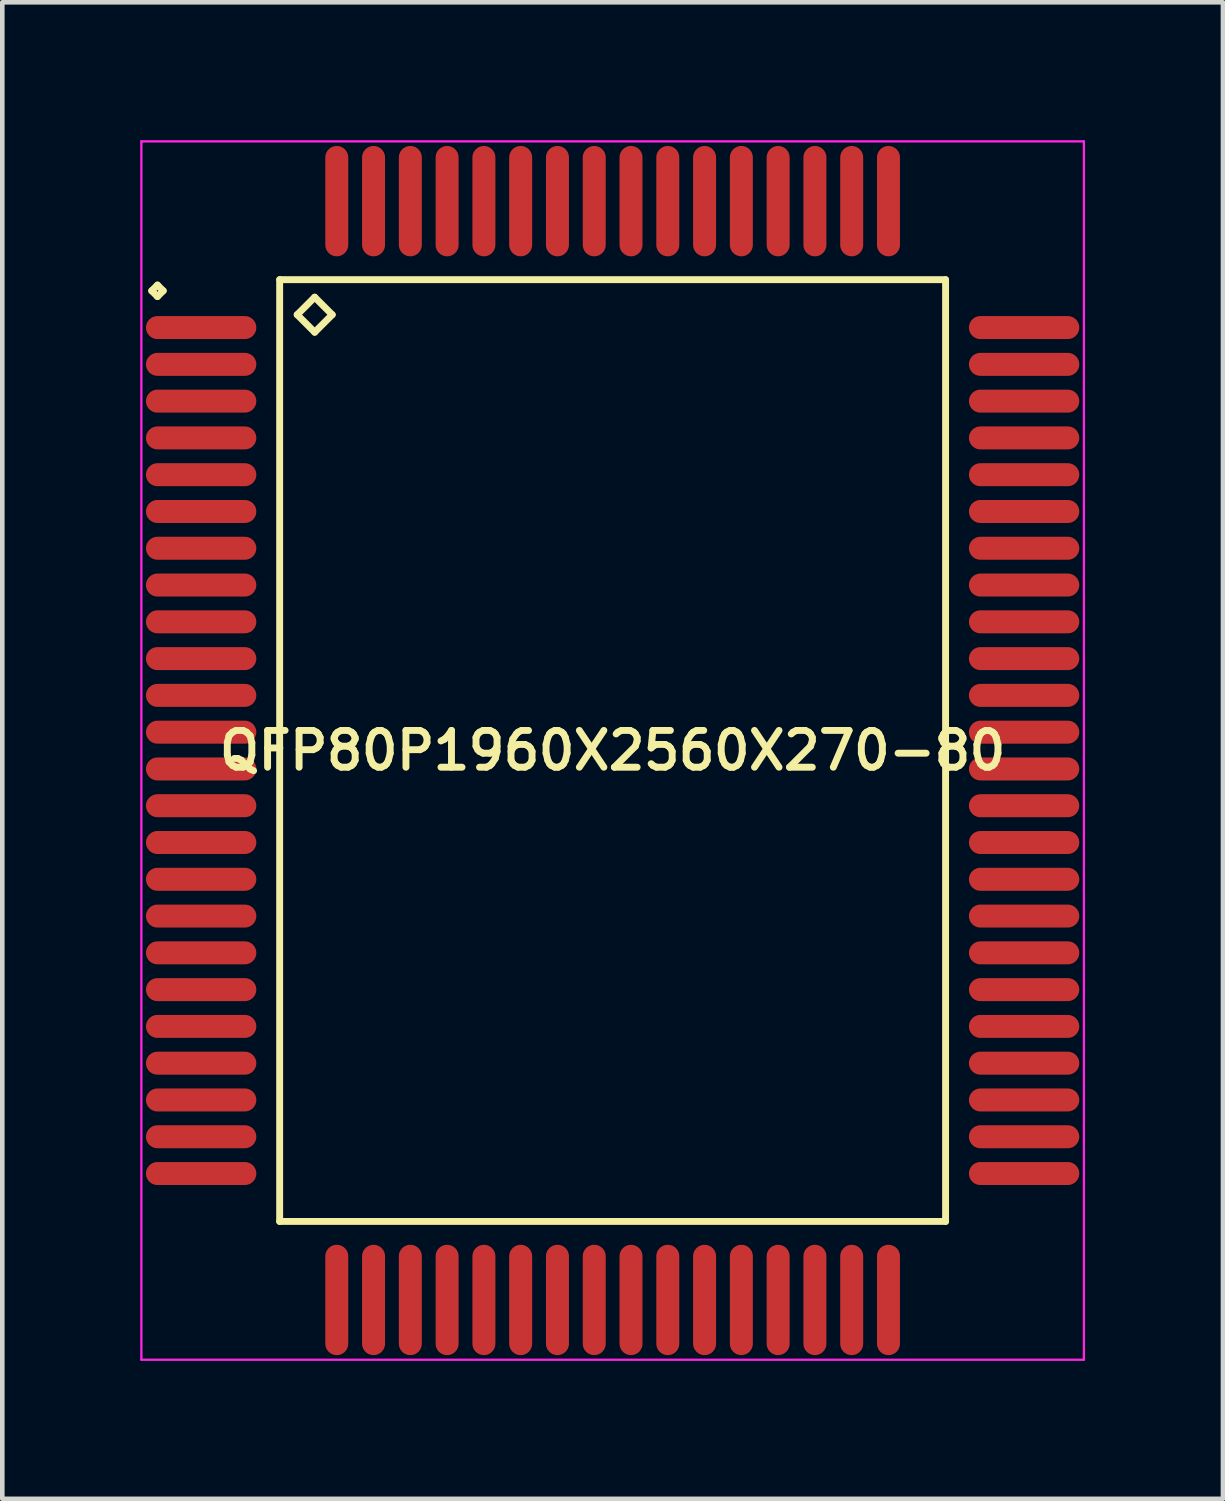
<source format=kicad_pcb>
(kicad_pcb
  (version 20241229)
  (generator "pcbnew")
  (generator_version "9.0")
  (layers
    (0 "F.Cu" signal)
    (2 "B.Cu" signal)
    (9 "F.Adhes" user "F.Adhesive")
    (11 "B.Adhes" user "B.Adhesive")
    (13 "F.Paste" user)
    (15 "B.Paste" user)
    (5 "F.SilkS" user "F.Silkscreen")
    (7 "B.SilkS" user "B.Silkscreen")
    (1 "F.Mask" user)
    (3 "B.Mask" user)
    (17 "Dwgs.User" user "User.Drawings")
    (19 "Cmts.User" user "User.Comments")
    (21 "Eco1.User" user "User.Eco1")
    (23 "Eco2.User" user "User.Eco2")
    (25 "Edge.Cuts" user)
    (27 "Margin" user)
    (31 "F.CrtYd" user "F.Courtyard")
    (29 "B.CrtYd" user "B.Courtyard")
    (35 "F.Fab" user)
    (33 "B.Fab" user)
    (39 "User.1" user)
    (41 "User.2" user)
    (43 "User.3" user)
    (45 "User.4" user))
  (footprint "QFP80P1960X2560X270-80"
    (layer "F.Cu")
    (at 10.275 13.275)
    (property "Reference" "QFP80P1960X2560X270-80" (at 0 0 0) (layer "F.SilkS") (effects (font (size 0.8 0.8) (thickness 0.15))))
    (attr smd)
    (fp_line (start -10.025 -10) (end -9.9 -10.125) (stroke (width 0.15) (type solid)) (layer "F.SilkS"))
    (fp_line (start -9.9 -10.125) (end -9.775 -10) (stroke (width 0.15) (type solid)) (layer "F.SilkS"))
    (fp_line (start -9.9 -9.875) (end -10.025 -10) (stroke (width 0.15) (type solid)) (layer "F.SilkS"))
    (fp_line (start -9.775 -10) (end -9.9 -9.875) (stroke (width 0.15) (type solid)) (layer "F.SilkS"))
    (fp_line (start -7.242 -10.242) (end -7.242 10.242) (stroke (width 0.15) (type solid)) (layer "F.SilkS"))
    (fp_line (start -7.242 10.242) (end 7.242 10.242) (stroke (width 0.15) (type solid)) (layer "F.SilkS"))
    (fp_line (start -6.861 -9.48) (end -6.48 -9.861) (stroke (width 0.15) (type solid)) (layer "F.SilkS"))
    (fp_line (start -6.48 -9.861) (end -6.099 -9.48) (stroke (width 0.15) (type solid)) (layer "F.SilkS"))
    (fp_line (start -6.48 -9.099) (end -6.861 -9.48) (stroke (width 0.15) (type solid)) (layer "F.SilkS"))
    (fp_line (start -6.099 -9.48) (end -6.48 -9.099) (stroke (width 0.15) (type solid)) (layer "F.SilkS"))
    (fp_line (start 7.242 -10.242) (end -7.242 -10.242) (stroke (width 0.15) (type solid)) (layer "F.SilkS"))
    (fp_line (start 7.242 10.242) (end 7.242 -10.242) (stroke (width 0.15) (type solid)) (layer "F.SilkS"))
    (fp_line (start -10.25 -13.25) (end 10.25 -13.25) (stroke (width 0.05) (type solid)) (layer "F.CrtYd"))
    (fp_line (start -10.25 13.25) (end -10.25 -13.25) (stroke (width 0.05) (type solid)) (layer "F.CrtYd"))
    (fp_line (start 10.25 -13.25) (end 10.25 13.25) (stroke (width 0.05) (type solid)) (layer "F.CrtYd"))
    (fp_line (start 10.25 13.25) (end -10.25 13.25) (stroke (width 0.05) (type solid)) (layer "F.CrtYd"))
    (pad "1" smd oval (at -8.95 -9.2) (size 2.4 0.5) (layers "F.Cu" "F.Mask" "F.Paste"))
    (pad "2" smd oval (at -8.95 -8.4) (size 2.4 0.5) (layers "F.Cu" "F.Mask" "F.Paste"))
    (pad "3" smd oval (at -8.95 -7.6) (size 2.4 0.5) (layers "F.Cu" "F.Mask" "F.Paste"))
    (pad "4" smd oval (at -8.95 -6.8) (size 2.4 0.5) (layers "F.Cu" "F.Mask" "F.Paste"))
    (pad "5" smd oval (at -8.95 -6) (size 2.4 0.5) (layers "F.Cu" "F.Mask" "F.Paste"))
    (pad "6" smd oval (at -8.95 -5.2) (size 2.4 0.5) (layers "F.Cu" "F.Mask" "F.Paste"))
    (pad "7" smd oval (at -8.95 -4.4) (size 2.4 0.5) (layers "F.Cu" "F.Mask" "F.Paste"))
    (pad "8" smd oval (at -8.95 -3.6) (size 2.4 0.5) (layers "F.Cu" "F.Mask" "F.Paste"))
    (pad "9" smd oval (at -8.95 -2.8) (size 2.4 0.5) (layers "F.Cu" "F.Mask" "F.Paste"))
    (pad "10" smd oval (at -8.95 -2) (size 2.4 0.5) (layers "F.Cu" "F.Mask" "F.Paste"))
    (pad "11" smd oval (at -8.95 -1.2) (size 2.4 0.5) (layers "F.Cu" "F.Mask" "F.Paste"))
    (pad "12" smd oval (at -8.95 -0.4) (size 2.4 0.5) (layers "F.Cu" "F.Mask" "F.Paste"))
    (pad "13" smd oval (at -8.95 0.4) (size 2.4 0.5) (layers "F.Cu" "F.Mask" "F.Paste"))
    (pad "14" smd oval (at -8.95 1.2) (size 2.4 0.5) (layers "F.Cu" "F.Mask" "F.Paste"))
    (pad "15" smd oval (at -8.95 2) (size 2.4 0.5) (layers "F.Cu" "F.Mask" "F.Paste"))
    (pad "16" smd oval (at -8.95 2.8) (size 2.4 0.5) (layers "F.Cu" "F.Mask" "F.Paste"))
    (pad "17" smd oval (at -8.95 3.6) (size 2.4 0.5) (layers "F.Cu" "F.Mask" "F.Paste"))
    (pad "18" smd oval (at -8.95 4.4) (size 2.4 0.5) (layers "F.Cu" "F.Mask" "F.Paste"))
    (pad "19" smd oval (at -8.95 5.2) (size 2.4 0.5) (layers "F.Cu" "F.Mask" "F.Paste"))
    (pad "20" smd oval (at -8.95 6) (size 2.4 0.5) (layers "F.Cu" "F.Mask" "F.Paste"))
    (pad "21" smd oval (at -8.95 6.8) (size 2.4 0.5) (layers "F.Cu" "F.Mask" "F.Paste"))
    (pad "22" smd oval (at -8.95 7.6) (size 2.4 0.5) (layers "F.Cu" "F.Mask" "F.Paste"))
    (pad "23" smd oval (at -8.95 8.4) (size 2.4 0.5) (layers "F.Cu" "F.Mask" "F.Paste"))
    (pad "24" smd oval (at -8.95 9.2) (size 2.4 0.5) (layers "F.Cu" "F.Mask" "F.Paste"))
    (pad "25" smd oval (at -6 11.95) (size 0.5 2.4) (layers "F.Cu" "F.Mask" "F.Paste"))
    (pad "26" smd oval (at -5.2 11.95) (size 0.5 2.4) (layers "F.Cu" "F.Mask" "F.Paste"))
    (pad "27" smd oval (at -4.4 11.95) (size 0.5 2.4) (layers "F.Cu" "F.Mask" "F.Paste"))
    (pad "28" smd oval (at -3.6 11.95) (size 0.5 2.4) (layers "F.Cu" "F.Mask" "F.Paste"))
    (pad "29" smd oval (at -2.8 11.95) (size 0.5 2.4) (layers "F.Cu" "F.Mask" "F.Paste"))
    (pad "30" smd oval (at -2 11.95) (size 0.5 2.4) (layers "F.Cu" "F.Mask" "F.Paste"))
    (pad "31" smd oval (at -1.2 11.95) (size 0.5 2.4) (layers "F.Cu" "F.Mask" "F.Paste"))
    (pad "32" smd oval (at -0.4 11.95) (size 0.5 2.4) (layers "F.Cu" "F.Mask" "F.Paste"))
    (pad "33" smd oval (at 0.4 11.95) (size 0.5 2.4) (layers "F.Cu" "F.Mask" "F.Paste"))
    (pad "34" smd oval (at 1.2 11.95) (size 0.5 2.4) (layers "F.Cu" "F.Mask" "F.Paste"))
    (pad "35" smd oval (at 2 11.95) (size 0.5 2.4) (layers "F.Cu" "F.Mask" "F.Paste"))
    (pad "36" smd oval (at 2.8 11.95) (size 0.5 2.4) (layers "F.Cu" "F.Mask" "F.Paste"))
    (pad "37" smd oval (at 3.6 11.95) (size 0.5 2.4) (layers "F.Cu" "F.Mask" "F.Paste"))
    (pad "38" smd oval (at 4.4 11.95) (size 0.5 2.4) (layers "F.Cu" "F.Mask" "F.Paste"))
    (pad "39" smd oval (at 5.2 11.95) (size 0.5 2.4) (layers "F.Cu" "F.Mask" "F.Paste"))
    (pad "40" smd oval (at 6 11.95) (size 0.5 2.4) (layers "F.Cu" "F.Mask" "F.Paste"))
    (pad "41" smd oval (at 8.95 9.2) (size 2.4 0.5) (layers "F.Cu" "F.Mask" "F.Paste"))
    (pad "42" smd oval (at 8.95 8.4) (size 2.4 0.5) (layers "F.Cu" "F.Mask" "F.Paste"))
    (pad "43" smd oval (at 8.95 7.6) (size 2.4 0.5) (layers "F.Cu" "F.Mask" "F.Paste"))
    (pad "44" smd oval (at 8.95 6.8) (size 2.4 0.5) (layers "F.Cu" "F.Mask" "F.Paste"))
    (pad "45" smd oval (at 8.95 6) (size 2.4 0.5) (layers "F.Cu" "F.Mask" "F.Paste"))
    (pad "46" smd oval (at 8.95 5.2) (size 2.4 0.5) (layers "F.Cu" "F.Mask" "F.Paste"))
    (pad "47" smd oval (at 8.95 4.4) (size 2.4 0.5) (layers "F.Cu" "F.Mask" "F.Paste"))
    (pad "48" smd oval (at 8.95 3.6) (size 2.4 0.5) (layers "F.Cu" "F.Mask" "F.Paste"))
    (pad "49" smd oval (at 8.95 2.8) (size 2.4 0.5) (layers "F.Cu" "F.Mask" "F.Paste"))
    (pad "50" smd oval (at 8.95 2) (size 2.4 0.5) (layers "F.Cu" "F.Mask" "F.Paste"))
    (pad "51" smd oval (at 8.95 1.2) (size 2.4 0.5) (layers "F.Cu" "F.Mask" "F.Paste"))
    (pad "52" smd oval (at 8.95 0.4) (size 2.4 0.5) (layers "F.Cu" "F.Mask" "F.Paste"))
    (pad "53" smd oval (at 8.95 -0.4) (size 2.4 0.5) (layers "F.Cu" "F.Mask" "F.Paste"))
    (pad "54" smd oval (at 8.95 -1.2) (size 2.4 0.5) (layers "F.Cu" "F.Mask" "F.Paste"))
    (pad "55" smd oval (at 8.95 -2) (size 2.4 0.5) (layers "F.Cu" "F.Mask" "F.Paste"))
    (pad "56" smd oval (at 8.95 -2.8) (size 2.4 0.5) (layers "F.Cu" "F.Mask" "F.Paste"))
    (pad "57" smd oval (at 8.95 -3.6) (size 2.4 0.5) (layers "F.Cu" "F.Mask" "F.Paste"))
    (pad "58" smd oval (at 8.95 -4.4) (size 2.4 0.5) (layers "F.Cu" "F.Mask" "F.Paste"))
    (pad "59" smd oval (at 8.95 -5.2) (size 2.4 0.5) (layers "F.Cu" "F.Mask" "F.Paste"))
    (pad "60" smd oval (at 8.95 -6) (size 2.4 0.5) (layers "F.Cu" "F.Mask" "F.Paste"))
    (pad "61" smd oval (at 8.95 -6.8) (size 2.4 0.5) (layers "F.Cu" "F.Mask" "F.Paste"))
    (pad "62" smd oval (at 8.95 -7.6) (size 2.4 0.5) (layers "F.Cu" "F.Mask" "F.Paste"))
    (pad "63" smd oval (at 8.95 -8.4) (size 2.4 0.5) (layers "F.Cu" "F.Mask" "F.Paste"))
    (pad "64" smd oval (at 8.95 -9.2) (size 2.4 0.5) (layers "F.Cu" "F.Mask" "F.Paste"))
    (pad "65" smd oval (at 6 -11.95) (size 0.5 2.4) (layers "F.Cu" "F.Mask" "F.Paste"))
    (pad "66" smd oval (at 5.2 -11.95) (size 0.5 2.4) (layers "F.Cu" "F.Mask" "F.Paste"))
    (pad "67" smd oval (at 4.4 -11.95) (size 0.5 2.4) (layers "F.Cu" "F.Mask" "F.Paste"))
    (pad "68" smd oval (at 3.6 -11.95) (size 0.5 2.4) (layers "F.Cu" "F.Mask" "F.Paste"))
    (pad "69" smd oval (at 2.8 -11.95) (size 0.5 2.4) (layers "F.Cu" "F.Mask" "F.Paste"))
    (pad "70" smd oval (at 2 -11.95) (size 0.5 2.4) (layers "F.Cu" "F.Mask" "F.Paste"))
    (pad "71" smd oval (at 1.2 -11.95) (size 0.5 2.4) (layers "F.Cu" "F.Mask" "F.Paste"))
    (pad "72" smd oval (at 0.4 -11.95) (size 0.5 2.4) (layers "F.Cu" "F.Mask" "F.Paste"))
    (pad "73" smd oval (at -0.4 -11.95) (size 0.5 2.4) (layers "F.Cu" "F.Mask" "F.Paste"))
    (pad "74" smd oval (at -1.2 -11.95) (size 0.5 2.4) (layers "F.Cu" "F.Mask" "F.Paste"))
    (pad "75" smd oval (at -2 -11.95) (size 0.5 2.4) (layers "F.Cu" "F.Mask" "F.Paste"))
    (pad "76" smd oval (at -2.8 -11.95) (size 0.5 2.4) (layers "F.Cu" "F.Mask" "F.Paste"))
    (pad "77" smd oval (at -3.6 -11.95) (size 0.5 2.4) (layers "F.Cu" "F.Mask" "F.Paste"))
    (pad "78" smd oval (at -4.4 -11.95) (size 0.5 2.4) (layers "F.Cu" "F.Mask" "F.Paste"))
    (pad "79" smd oval (at -5.2 -11.95) (size 0.5 2.4) (layers "F.Cu" "F.Mask" "F.Paste"))
    (pad "80" smd oval (at -6 -11.95) (size 0.5 2.4) (layers "F.Cu" "F.Mask" "F.Paste")))
  (gr_rect
    (start -3 -3)
    (end 23.55 29.55)
    (stroke (width 0.1) (type default))
    (fill no)
    (layer "Edge.Cuts")))
</source>
